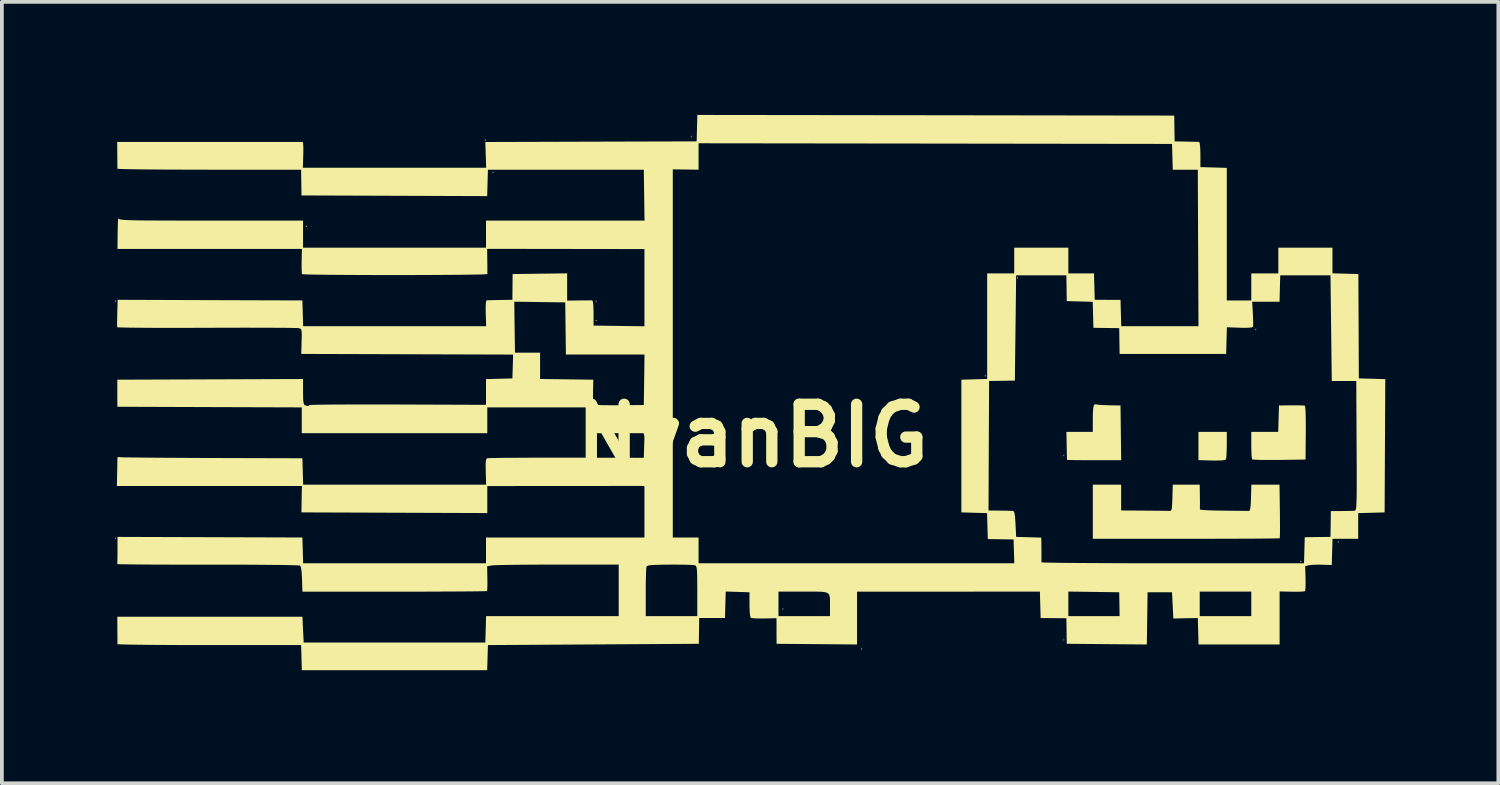
<source format=kicad_pcb>
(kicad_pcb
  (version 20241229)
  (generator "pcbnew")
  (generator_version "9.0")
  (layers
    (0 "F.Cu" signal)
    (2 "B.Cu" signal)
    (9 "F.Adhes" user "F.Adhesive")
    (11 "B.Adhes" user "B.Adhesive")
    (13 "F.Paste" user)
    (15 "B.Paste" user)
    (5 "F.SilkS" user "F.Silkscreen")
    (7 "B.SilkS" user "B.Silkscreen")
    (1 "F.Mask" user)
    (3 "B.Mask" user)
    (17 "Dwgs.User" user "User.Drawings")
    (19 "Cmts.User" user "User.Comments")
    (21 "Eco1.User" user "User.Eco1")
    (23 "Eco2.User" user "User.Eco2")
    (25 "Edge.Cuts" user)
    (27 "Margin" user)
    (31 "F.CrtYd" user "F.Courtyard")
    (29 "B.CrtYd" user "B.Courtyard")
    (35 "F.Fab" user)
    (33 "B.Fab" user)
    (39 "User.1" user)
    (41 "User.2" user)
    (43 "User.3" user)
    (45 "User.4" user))
  (footprint "NyanBIG"
    (layer "F.Cu")
    (at 16.922 8.512)
    (property "Reference" "NyanBIG" (at 0 0 0) (layer "F.SilkS") (effects (font (size 1.524 1.524) (thickness 0.3))))
    (attr board_only exclude_from_pos_files exclude_from_bom)
    (fp_poly (pts (xy -16.888 -3.572) (xy -16.905 -3.555) (xy -16.922 -3.572) (xy -16.905 -3.59)) (stroke (width 0) (type solid)) (fill yes) (layer "F.SilkS"))
    (fp_poly (pts (xy -16.888 2.718) (xy -16.905 2.735) (xy -16.922 2.718) (xy -16.905 2.701)) (stroke (width 0) (type solid)) (fill yes) (layer "F.SilkS"))
    (fp_poly (pts (xy -11.828 -5.555) (xy -11.845 -5.538) (xy -11.862 -5.555) (xy -11.845 -5.572)) (stroke (width 0) (type solid)) (fill yes) (layer "F.SilkS"))
    (fp_poly (pts (xy -7.076 -7.846) (xy -7.094 -7.829) (xy -7.111 -7.846) (xy -7.094 -7.863)) (stroke (width 0) (type solid)) (fill yes) (layer "F.SilkS"))
    (fp_poly (pts (xy -6.871 -6.991) (xy -6.888 -6.974) (xy -6.906 -6.991) (xy -6.888 -7.008)) (stroke (width 0) (type solid)) (fill yes) (layer "F.SilkS"))
    (fp_poly (pts (xy -4.136 -3.572) (xy -4.154 -3.555) (xy -4.171 -3.572) (xy -4.154 -3.59)) (stroke (width 0) (type solid)) (fill yes) (layer "F.SilkS"))
    (fp_poly (pts (xy -4.136 -3.06) (xy -4.154 -3.043) (xy -4.171 -3.06) (xy -4.154 -3.077)) (stroke (width 0) (type solid)) (fill yes) (layer "F.SilkS"))
    (fp_poly (pts (xy -1.607 -7.948) (xy -1.624 -7.931) (xy -1.641 -7.948) (xy -1.624 -7.965)) (stroke (width 0) (type solid)) (fill yes) (layer "F.SilkS"))
    (fp_poly (pts (xy 0.82 4.598) (xy 0.803 4.615) (xy 0.786 4.598) (xy 0.803 4.581)) (stroke (width 0) (type solid)) (fill yes) (layer "F.SilkS"))
    (fp_poly (pts (xy 2.906 5.658) (xy 2.889 5.675) (xy 2.872 5.658) (xy 2.889 5.641)) (stroke (width 0) (type solid)) (fill yes) (layer "F.SilkS"))
    (fp_poly (pts (xy 6.188 -1.59) (xy 6.171 -1.573) (xy 6.153 -1.59) (xy 6.171 -1.607)) (stroke (width 0) (type solid)) (fill yes) (layer "F.SilkS"))
    (fp_poly (pts (xy 7.042 -4.188) (xy 7.025 -4.171) (xy 7.008 -4.188) (xy 7.025 -4.205)) (stroke (width 0) (type solid)) (fill yes) (layer "F.SilkS"))
    (fp_poly (pts (xy 8.273 0.53) (xy 8.256 0.547) (xy 8.239 0.53) (xy 8.256 0.513)) (stroke (width 0) (type solid)) (fill yes) (layer "F.SilkS"))
    (fp_poly (pts (xy 8.273 5.418) (xy 8.256 5.436) (xy 8.239 5.418) (xy 8.256 5.401)) (stroke (width 0) (type solid)) (fill yes) (layer "F.SilkS"))
    (fp_poly (pts (xy 13.367 -2.82) (xy 13.35 -2.803) (xy 13.332 -2.82) (xy 13.35 -2.837)) (stroke (width 0) (type solid)) (fill yes) (layer "F.SilkS"))
    (fp_poly (pts (xy 14.563 3.333) (xy 14.546 3.35) (xy 14.529 3.333) (xy 14.546 3.316)) (stroke (width 0) (type solid)) (fill yes) (layer "F.SilkS"))
    (fp_poly (pts (xy 15.555 2.82) (xy 15.537 2.837) (xy 15.52 2.82) (xy 15.537 2.803)) (stroke (width 0) (type solid)) (fill yes) (layer "F.SilkS"))
    (fp_poly (pts (xy 12.58 0.248) (xy 12.577 0.398) (xy 12.571 0.523) (xy 12.562 0.607) (xy 12.554 0.632) (xy 12.51 0.647) (xy 12.409 0.656) (xy 12.265 0.658) (xy 12.179 0.657) (xy 11.828 0.647) (xy 11.828 -0.103) (xy 12.58 -0.103)) (stroke (width 0) (type solid)) (fill yes) (layer "F.SilkS"))
    (fp_poly (pts (xy 9.113 -0.832) (xy 9.167 -0.823) (xy 9.271 -0.815) (xy 9.406 -0.81) (xy 9.46 -0.808) (xy 9.76 -0.803) (xy 9.769 -0.077) (xy 9.778 0.65) (xy 9.06 0.65) (xy 8.846 0.649) (xy 8.658 0.648) (xy 8.505 0.646) (xy 8.397 0.644) (xy 8.344 0.642) (xy 8.34 0.641) (xy 8.339 0.605) (xy 8.337 0.516) (xy 8.334 0.387) (xy 8.332 0.265) (xy 8.324 -0.103) (xy 9.025 -0.103) (xy 9.025 -0.425) (xy 9.027 -0.608) (xy 9.036 -0.732) (xy 9.052 -0.805) (xy 9.078 -0.835)) (stroke (width 0) (type solid)) (fill yes) (layer "F.SilkS"))
    (fp_poly (pts (xy 14.553 -0.805) (xy 14.63 -0.801) (xy 14.649 -0.798) (xy 14.661 -0.76) (xy 14.67 -0.657) (xy 14.675 -0.495) (xy 14.677 -0.277) (xy 14.676 -0.077) (xy 14.67 0.632) (xy 13.973 0.642) (xy 13.762 0.643) (xy 13.574 0.643) (xy 13.42 0.64) (xy 13.311 0.635) (xy 13.257 0.629) (xy 13.253 0.627) (xy 13.244 0.585) (xy 13.236 0.49) (xy 13.231 0.358) (xy 13.23 0.251) (xy 13.23 -0.103) (xy 13.945 -0.103) (xy 13.955 -0.453) (xy 13.965 -0.803) (xy 14.29 -0.807) (xy 14.434 -0.807)) (stroke (width 0) (type solid)) (fill yes) (layer "F.SilkS"))
    (fp_poly (pts (xy 9.777 1.983) (xy 10.392 1.987) (xy 10.594 1.989) (xy 10.775 1.99) (xy 10.923 1.992) (xy 11.025 1.994) (xy 11.068 1.996) (xy 11.095 1.99) (xy 11.113 1.962) (xy 11.125 1.899) (xy 11.132 1.789) (xy 11.137 1.649) (xy 11.147 1.299) (xy 11.862 1.299) (xy 11.866 1.615) (xy 11.868 1.757) (xy 11.868 1.871) (xy 11.867 1.943) (xy 11.866 1.957) (xy 11.898 1.965) (xy 11.987 1.973) (xy 12.123 1.98) (xy 12.296 1.985) (xy 12.495 1.988) (xy 12.495 1.988) (xy 12.698 1.99) (xy 12.879 1.992) (xy 13.025 1.993) (xy 13.127 1.995) (xy 13.17 1.996) (xy 13.192 1.976) (xy 13.207 1.908) (xy 13.217 1.783) (xy 13.223 1.649) (xy 13.232 1.299) (xy 13.979 1.299) (xy 13.989 2.003) (xy 13.991 2.215) (xy 13.992 2.403) (xy 13.992 2.556) (xy 13.989 2.664) (xy 13.986 2.717) (xy 13.985 2.721) (xy 13.949 2.723) (xy 13.851 2.725) (xy 13.694 2.727) (xy 13.486 2.729) (xy 13.231 2.731) (xy 12.935 2.732) (xy 12.603 2.733) (xy 12.241 2.734) (xy 11.853 2.735) (xy 11.498 2.735) (xy 9.025 2.735) (xy 9.025 1.299) (xy 9.777 1.299)) (stroke (width 0) (type solid)) (fill yes) (layer "F.SilkS"))
    (fp_poly (pts (xy 4.859 -8.504) (xy 11.186 -8.495) (xy 11.191 -8.153) (xy 11.196 -7.811) (xy 11.503 -7.805) (xy 11.644 -7.801) (xy 11.759 -7.799) (xy 11.832 -7.797) (xy 11.845 -7.796) (xy 11.861 -7.763) (xy 11.873 -7.672) (xy 11.879 -7.534) (xy 11.88 -7.461) (xy 11.88 -7.128) (xy 12.58 -7.108) (xy 12.58 -3.59) (xy 13.23 -3.59) (xy 13.23 -4.307) (xy 13.948 -4.307) (xy 13.948 -4.991) (xy 15.384 -4.991) (xy 15.384 -4.31) (xy 15.728 -4.3) (xy 16.072 -4.29) (xy 16.078 -2.906) (xy 16.084 -1.521) (xy 16.435 -1.512) (xy 16.786 -1.502) (xy 16.777 0.266) (xy 16.768 2.034) (xy 16.418 2.044) (xy 16.067 2.054) (xy 16.067 2.735) (xy 15.386 2.735) (xy 15.376 3.082) (xy 15.366 3.43) (xy 15.107 3.422) (xy 14.967 3.421) (xy 14.842 3.427) (xy 14.758 3.437) (xy 14.754 3.438) (xy 14.66 3.462) (xy 14.67 3.781) (xy 14.671 3.922) (xy 14.669 4.037) (xy 14.661 4.108) (xy 14.656 4.123) (xy 14.614 4.132) (xy 14.52 4.138) (xy 14.39 4.14) (xy 14.308 4.139) (xy 13.982 4.132) (xy 13.982 5.538) (xy 11.831 5.538) (xy 11.821 5.188) (xy 11.811 4.837) (xy 11.486 4.843) (xy 11.162 4.85) (xy 11.159 4.786) (xy 11.862 4.786) (xy 13.23 4.786) (xy 13.23 4.136) (xy 11.862 4.136) (xy 11.862 4.786) (xy 11.159 4.786) (xy 11.127 4.154) (xy 10.478 4.154) (xy 10.469 4.846) (xy 10.459 5.539) (xy 9.397 5.53) (xy 8.334 5.521) (xy 8.329 5.182) (xy 8.324 4.843) (xy 7.982 4.84) (xy 7.641 4.837) (xy 7.631 4.486) (xy 7.621 4.136) (xy 5.195 4.137) (xy 2.769 4.138) (xy 2.769 5.539) (xy 1.702 5.53) (xy 0.634 5.521) (xy 0.633 5.181) (xy 0.632 4.841) (xy 0.308 4.849) (xy 0.163 4.849) (xy 0.044 4.845) (xy -0.033 4.836) (xy -0.051 4.83) (xy -0.066 4.786) (xy 0.684 4.786) (xy 2.051 4.786) (xy 2.051 4.538) (xy 2.052 4.403) (xy 2.049 4.302) (xy 2.035 4.23) (xy 2 4.182) (xy 1.935 4.154) (xy 1.833 4.14) (xy 1.685 4.136) (xy 1.481 4.136) (xy 1.346 4.136) (xy 0.684 4.136) (xy 0.684 4.786) (xy -0.066 4.786) (xy -0.066 4.786) (xy -0.078 4.69) (xy -0.084 4.559) (xy -0.085 4.478) (xy -0.085 4.154) (xy -0.4 4.144) (xy -0.681 4.135) (xy 8.376 4.135) (xy 8.376 4.786) (xy 9.736 4.786) (xy 9.731 4.47) (xy 9.726 4.154) (xy 9.051 4.144) (xy 8.376 4.135) (xy -0.681 4.135) (xy -0.715 4.134) (xy -0.725 4.486) (xy -0.735 4.837) (xy -1.419 4.837) (xy -1.424 5.179) (xy -1.429 5.521) (xy -4.227 5.538) (xy -7.025 5.555) (xy -7.035 5.888) (xy -7.045 6.222) (xy -11.963 6.222) (xy -11.972 5.888) (xy -11.982 5.555) (xy -14.418 5.555) (xy -14.819 5.555) (xy -15.2 5.554) (xy -15.555 5.552) (xy -15.878 5.55) (xy -16.164 5.547) (xy -16.409 5.544) (xy -16.605 5.541) (xy -16.748 5.537) (xy -16.833 5.533) (xy -16.855 5.53) (xy -16.856 5.487) (xy -16.856 5.391) (xy -16.857 5.258) (xy -16.858 5.153) (xy -16.859 4.803) (xy -11.948 4.803) (xy -11.914 5.487) (xy -7.094 5.487) (xy -7.084 5.136) (xy -7.074 4.786) (xy -3.555 4.786) (xy -2.837 4.786) (xy -1.47 4.786) (xy -1.47 4.123) (xy -1.471 3.892) (xy -1.473 3.721) (xy -1.477 3.599) (xy -1.485 3.519) (xy -1.497 3.471) (xy -1.513 3.447) (xy -1.527 3.438) (xy -1.579 3.431) (xy -1.687 3.426) (xy -1.838 3.422) (xy -2.021 3.42) (xy -2.191 3.42) (xy -2.414 3.422) (xy -2.578 3.427) (xy -2.691 3.433) (xy -2.763 3.443) (xy -2.802 3.458) (xy -2.818 3.475) (xy -2.824 3.525) (xy -2.829 3.631) (xy -2.834 3.781) (xy -2.837 3.964) (xy -2.837 4.156) (xy -2.837 4.786) (xy -3.555 4.786) (xy -3.555 3.419) (xy -5.171 3.419) (xy -5.501 3.419) (xy -5.814 3.421) (xy -6.103 3.423) (xy -6.36 3.426) (xy -6.577 3.429) (xy -6.747 3.433) (xy -6.863 3.437) (xy -6.916 3.441) (xy -7.046 3.462) (xy -7.04 3.783) (xy -7.038 3.924) (xy -7.041 4.038) (xy -7.046 4.107) (xy -7.05 4.121) (xy -7.086 4.124) (xy -7.185 4.126) (xy -7.341 4.129) (xy -7.549 4.131) (xy -7.804 4.133) (xy -8.1 4.134) (xy -8.432 4.136) (xy -8.793 4.137) (xy -9.179 4.137) (xy -9.507 4.137) (xy -11.948 4.138) (xy -11.958 3.805) (xy -11.967 3.628) (xy -11.984 3.507) (xy -12.006 3.448) (xy -12.009 3.445) (xy -12.049 3.441) (xy -12.152 3.437) (xy -12.313 3.433) (xy -12.525 3.429) (xy -12.783 3.427) (xy -13.081 3.424) (xy -13.414 3.422) (xy -13.777 3.421) (xy -14.164 3.421) (xy -14.461 3.421) (xy -14.859 3.421) (xy -15.237 3.421) (xy -15.589 3.42) (xy -15.909 3.419) (xy -16.192 3.417) (xy -16.432 3.415) (xy -16.625 3.412) (xy -16.764 3.41) (xy -16.844 3.407) (xy -16.862 3.404) (xy -16.859 3.364) (xy -16.856 3.27) (xy -16.854 3.139) (xy -16.854 3.034) (xy -16.854 2.684) (xy -14.401 2.692) (xy -11.948 2.7) (xy -11.938 3.042) (xy -11.928 3.384) (xy -7.076 3.384) (xy -7.076 2.701) (xy -2.872 2.701) (xy -2.12 2.701) (xy -1.436 2.701) (xy -1.436 3.384) (xy 6.942 3.384) (xy 6.932 3.068) (xy 6.923 2.752) (xy 6.581 2.747) (xy 6.239 2.742) (xy 6.229 2.398) (xy 6.219 2.054) (xy 5.878 2.044) (xy 5.537 2.034) (xy 5.537 1.983) (xy 6.258 1.983) (xy 6.556 1.987) (xy 6.697 1.989) (xy 6.816 1.992) (xy 6.892 1.994) (xy 6.906 1.995) (xy 6.931 2.011) (xy 6.949 2.062) (xy 6.962 2.158) (xy 6.972 2.309) (xy 6.974 2.342) (xy 6.991 2.684) (xy 7.324 2.693) (xy 7.658 2.703) (xy 7.662 3.018) (xy 7.663 3.159) (xy 7.663 3.274) (xy 7.662 3.345) (xy 7.662 3.359) (xy 7.695 3.362) (xy 7.791 3.366) (xy 7.947 3.369) (xy 8.158 3.372) (xy 8.419 3.375) (xy 8.726 3.377) (xy 9.074 3.379) (xy 9.459 3.381) (xy 9.876 3.383) (xy 10.32 3.384) (xy 10.788 3.384) (xy 11.143 3.384) (xy 14.629 3.384) (xy 14.639 3.039) (xy 14.649 2.693) (xy 14.99 2.688) (xy 15.332 2.684) (xy 15.337 2.342) (xy 15.342 2) (xy 15.628 1.998) (xy 15.768 1.996) (xy 15.886 1.993) (xy 15.963 1.99) (xy 15.974 1.989) (xy 15.987 1.984) (xy 15.998 1.97) (xy 16.008 1.94) (xy 16.015 1.89) (xy 16.02 1.813) (xy 16.024 1.703) (xy 16.027 1.557) (xy 16.028 1.367) (xy 16.028 1.128) (xy 16.028 0.835) (xy 16.026 0.483) (xy 16.025 0.265) (xy 16.016 -1.453) (xy 15.366 -1.453) (xy 15.349 -2.855) (xy 15.332 -4.256) (xy 13.999 -4.256) (xy 13.989 -3.906) (xy 13.98 -3.555) (xy 13.254 -3.555) (xy 13.272 -3.239) (xy 13.278 -3.097) (xy 13.281 -2.979) (xy 13.279 -2.905) (xy 13.277 -2.889) (xy 13.238 -2.874) (xy 13.14 -2.865) (xy 12.993 -2.864) (xy 12.923 -2.866) (xy 12.583 -2.878) (xy 12.573 -2.524) (xy 12.563 -2.171) (xy 9.736 -2.171) (xy 9.731 -2.513) (xy 9.726 -2.855) (xy 9.384 -2.859) (xy 9.042 -2.864) (xy 9.032 -3.209) (xy 9.023 -3.553) (xy 8.678 -3.563) (xy 8.334 -3.572) (xy 8.329 -3.914) (xy 8.324 -4.256) (xy 6.991 -4.256) (xy 6.974 -2.859) (xy 6.957 -1.463) (xy 6.615 -1.458) (xy 6.273 -1.453) (xy 6.265 0.265) (xy 6.258 1.983) (xy 5.537 1.983) (xy 5.537 -1.487) (xy 5.879 -1.497) (xy 6.222 -1.507) (xy 6.222 -4.307) (xy 6.94 -4.307) (xy 6.94 -4.991) (xy 8.376 -4.991) (xy 8.376 -4.307) (xy 9.057 -4.307) (xy 9.067 -3.957) (xy 9.076 -3.607) (xy 9.418 -3.606) (xy 9.76 -3.606) (xy 9.77 -3.256) (xy 9.78 -2.906) (xy 11.829 -2.906) (xy 11.82 -4.983) (xy 11.811 -7.059) (xy 11.147 -7.059) (xy 11.137 -7.401) (xy 11.127 -7.743) (xy 4.846 -7.752) (xy -1.436 -7.76) (xy -1.436 -7.059) (xy -1.778 -7.064) (xy -2.12 -7.069) (xy -2.12 2.701) (xy -2.872 2.701) (xy -2.872 1.332) (xy -4.957 1.334) (xy -7.042 1.335) (xy -7.042 2.052) (xy -9.508 2.043) (xy -11.974 2.034) (xy -11.968 1.684) (xy -11.961 1.333) (xy -14.416 1.333) (xy -16.871 1.333) (xy -16.863 0.966) (xy -16.86 0.814) (xy -16.858 0.688) (xy -16.856 0.603) (xy -16.855 0.576) (xy -16.827 0.564) (xy -16.794 0.568) (xy -16.75 0.571) (xy -16.644 0.574) (xy -16.481 0.576) (xy -16.266 0.579) (xy -16.006 0.582) (xy -15.706 0.584) (xy -15.371 0.586) (xy -15.007 0.588) (xy -14.62 0.59) (xy -14.341 0.591) (xy -11.948 0.598) (xy -11.938 0.949) (xy -11.928 1.299) (xy -7.072 1.299) (xy -7.083 0.957) (xy -7.086 0.794) (xy -7.082 0.687) (xy -7.07 0.626) (xy -7.049 0.599) (xy -7.045 0.598) (xy -7.003 0.594) (xy -6.899 0.591) (xy -6.739 0.589) (xy -6.528 0.586) (xy -6.273 0.585) (xy -5.981 0.583) (xy -5.657 0.582) (xy -5.307 0.582) (xy -4.943 0.582) (xy -2.889 0.585) (xy -2.879 0.259) (xy -2.869 -0.068) (xy -4.273 -0.068) (xy -4.273 -0.752) (xy -7.042 -0.752) (xy -7.042 -0.068) (xy -11.965 -0.068) (xy -11.965 -0.752) (xy -14.412 -0.76) (xy -16.859 -0.769) (xy -16.859 -1.487) (xy -14.395 -1.496) (xy -11.931 -1.505) (xy -11.931 -1.166) (xy -11.929 -1.006) (xy -11.922 -0.901) (xy -11.908 -0.841) (xy -11.886 -0.812) (xy -11.877 -0.807) (xy -11.804 -0.788) (xy -11.769 -0.796) (xy -11.772 -0.812) (xy -11.741 -0.816) (xy -11.648 -0.82) (xy -11.497 -0.823) (xy -11.294 -0.826) (xy -11.044 -0.828) (xy -10.754 -0.829) (xy -10.428 -0.83) (xy -10.072 -0.83) (xy -9.691 -0.829) (xy -9.432 -0.829) (xy -7.076 -0.82) (xy -7.076 -1.502) (xy -6.726 -1.512) (xy -6.376 -1.521) (xy -6.366 -1.837) (xy -6.356 -2.153) (xy -9.167 -2.162) (xy -11.979 -2.171) (xy -11.969 -2.503) (xy -11.965 -2.656) (xy -11.967 -2.753) (xy -11.976 -2.81) (xy -11.996 -2.838) (xy -12.029 -2.852) (xy -12.039 -2.854) (xy -12.086 -2.858) (xy -12.196 -2.86) (xy -12.362 -2.863) (xy -12.579 -2.864) (xy -12.842 -2.866) (xy -13.145 -2.866) (xy -13.481 -2.867) (xy -13.846 -2.866) (xy -14.232 -2.865) (xy -14.486 -2.864) (xy -14.882 -2.863) (xy -15.257 -2.862) (xy -15.606 -2.863) (xy -15.924 -2.863) (xy -16.205 -2.865) (xy -16.443 -2.867) (xy -16.633 -2.87) (xy -16.769 -2.873) (xy -16.846 -2.877) (xy -16.862 -2.879) (xy -16.865 -2.922) (xy -16.865 -3.017) (xy -16.863 -3.15) (xy -16.86 -3.255) (xy -16.85 -3.607) (xy -14.399 -3.598) (xy -11.948 -3.59) (xy -11.938 -3.248) (xy -11.928 -2.906) (xy -7.072 -2.906) (xy -7.083 -3.248) (xy -7.085 -3.413) (xy -7.079 -3.528) (xy -7.073 -3.557) (xy -6.326 -3.557) (xy -6.317 -2.881) (xy -6.307 -2.205) (xy -5.641 -2.205) (xy -5.641 -1.506) (xy -4.229 -1.487) (xy -4.236 -1.171) (xy -4.238 -1.03) (xy -4.236 -0.915) (xy -4.231 -0.843) (xy -4.227 -0.829) (xy -4.19 -0.821) (xy -4.095 -0.815) (xy -3.953 -0.811) (xy -3.774 -0.809) (xy -3.571 -0.809) (xy -3.55 -0.809) (xy -2.889 -0.815) (xy -2.879 -1.484) (xy -2.87 -2.154) (xy -4.956 -2.154) (xy -4.974 -3.538) (xy -5.65 -3.547) (xy -6.326 -3.557) (xy -7.073 -3.557) (xy -7.066 -3.587) (xy -7.059 -3.593) (xy -7.012 -3.595) (xy -6.913 -3.598) (xy -6.78 -3.6) (xy -6.7 -3.602) (xy -6.376 -3.607) (xy -6.373 -3.948) (xy -6.37 -4.29) (xy -4.923 -4.309) (xy -4.923 -3.585) (xy -4.607 -3.59) (xy -4.464 -3.591) (xy -4.347 -3.592) (xy -4.272 -3.592) (xy -4.256 -3.592) (xy -4.24 -3.558) (xy -4.229 -3.467) (xy -4.223 -3.329) (xy -4.222 -3.256) (xy -4.222 -2.923) (xy -2.872 -2.904) (xy -2.872 -4.953) (xy -4.959 -4.956) (xy -7.046 -4.959) (xy -7.042 -4.642) (xy -7.04 -4.499) (xy -7.04 -4.381) (xy -7.04 -4.306) (xy -7.04 -4.29) (xy -7.073 -4.286) (xy -7.169 -4.281) (xy -7.319 -4.277) (xy -7.518 -4.274) (xy -7.759 -4.271) (xy -8.036 -4.269) (xy -8.341 -4.267) (xy -8.668 -4.265) (xy -9.012 -4.264) (xy -9.364 -4.264) (xy -9.719 -4.264) (xy -10.07 -4.264) (xy -10.41 -4.265) (xy -10.733 -4.267) (xy -11.032 -4.269) (xy -11.3 -4.271) (xy -11.532 -4.274) (xy -11.72 -4.277) (xy -11.858 -4.281) (xy -11.939 -4.286) (xy -11.958 -4.289) (xy -11.964 -4.328) (xy -11.968 -4.42) (xy -11.969 -4.548) (xy -11.968 -4.631) (xy -11.961 -4.957) (xy -16.854 -4.957) (xy -16.85 -5.393) (xy -16.847 -5.55) (xy -16.843 -5.673) (xy -16.837 -5.75) (xy -16.831 -5.772) (xy -16.83 -5.769) (xy -16.824 -5.757) (xy -16.809 -5.747) (xy -16.781 -5.739) (xy -16.734 -5.732) (xy -16.664 -5.726) (xy -16.567 -5.721) (xy -16.438 -5.717) (xy -16.272 -5.714) (xy -16.064 -5.712) (xy -15.81 -5.711) (xy -15.506 -5.71) (xy -15.145 -5.709) (xy -14.725 -5.709) (xy -14.373 -5.709) (xy -11.931 -5.709) (xy -11.931 -4.991) (xy -7.076 -4.991) (xy -7.076 -5.709) (xy -2.87 -5.709) (xy -2.879 -6.384) (xy -2.889 -7.059) (xy -7.025 -7.059) (xy -7.035 -6.709) (xy -7.045 -6.358) (xy -11.972 -6.376) (xy -11.977 -6.717) (xy -11.982 -7.059) (xy -14.418 -7.059) (xy -14.819 -7.06) (xy -15.2 -7.061) (xy -15.555 -7.062) (xy -15.878 -7.065) (xy -16.165 -7.067) (xy -16.409 -7.07) (xy -16.605 -7.074) (xy -16.749 -7.078) (xy -16.834 -7.082) (xy -16.856 -7.085) (xy -16.857 -7.128) (xy -16.858 -7.224) (xy -16.859 -7.356) (xy -16.86 -7.453) (xy -16.862 -7.795) (xy -14.413 -7.795) (xy -14.01 -7.795) (xy -13.627 -7.795) (xy -13.269 -7.795) (xy -12.943 -7.795) (xy -12.652 -7.795) (xy -12.404 -7.795) (xy -12.203 -7.795) (xy -12.055 -7.795) (xy -11.965 -7.795) (xy -11.939 -7.795) (xy -11.93 -7.763) (xy -11.924 -7.677) (xy -11.923 -7.552) (xy -11.925 -7.453) (xy -11.935 -7.111) (xy -7.072 -7.111) (xy -7.094 -7.794) (xy -4.29 -7.803) (xy -1.487 -7.811) (xy -1.468 -8.512)) (stroke (width 0) (type solid)) (fill yes) (layer "F.SilkS")))
  (gr_rect
    (start -3 -3)
    (end 36.708 17.734)
    (stroke (width 0.1) (type default))
    (fill no)
    (layer "Edge.Cuts")))
</source>
